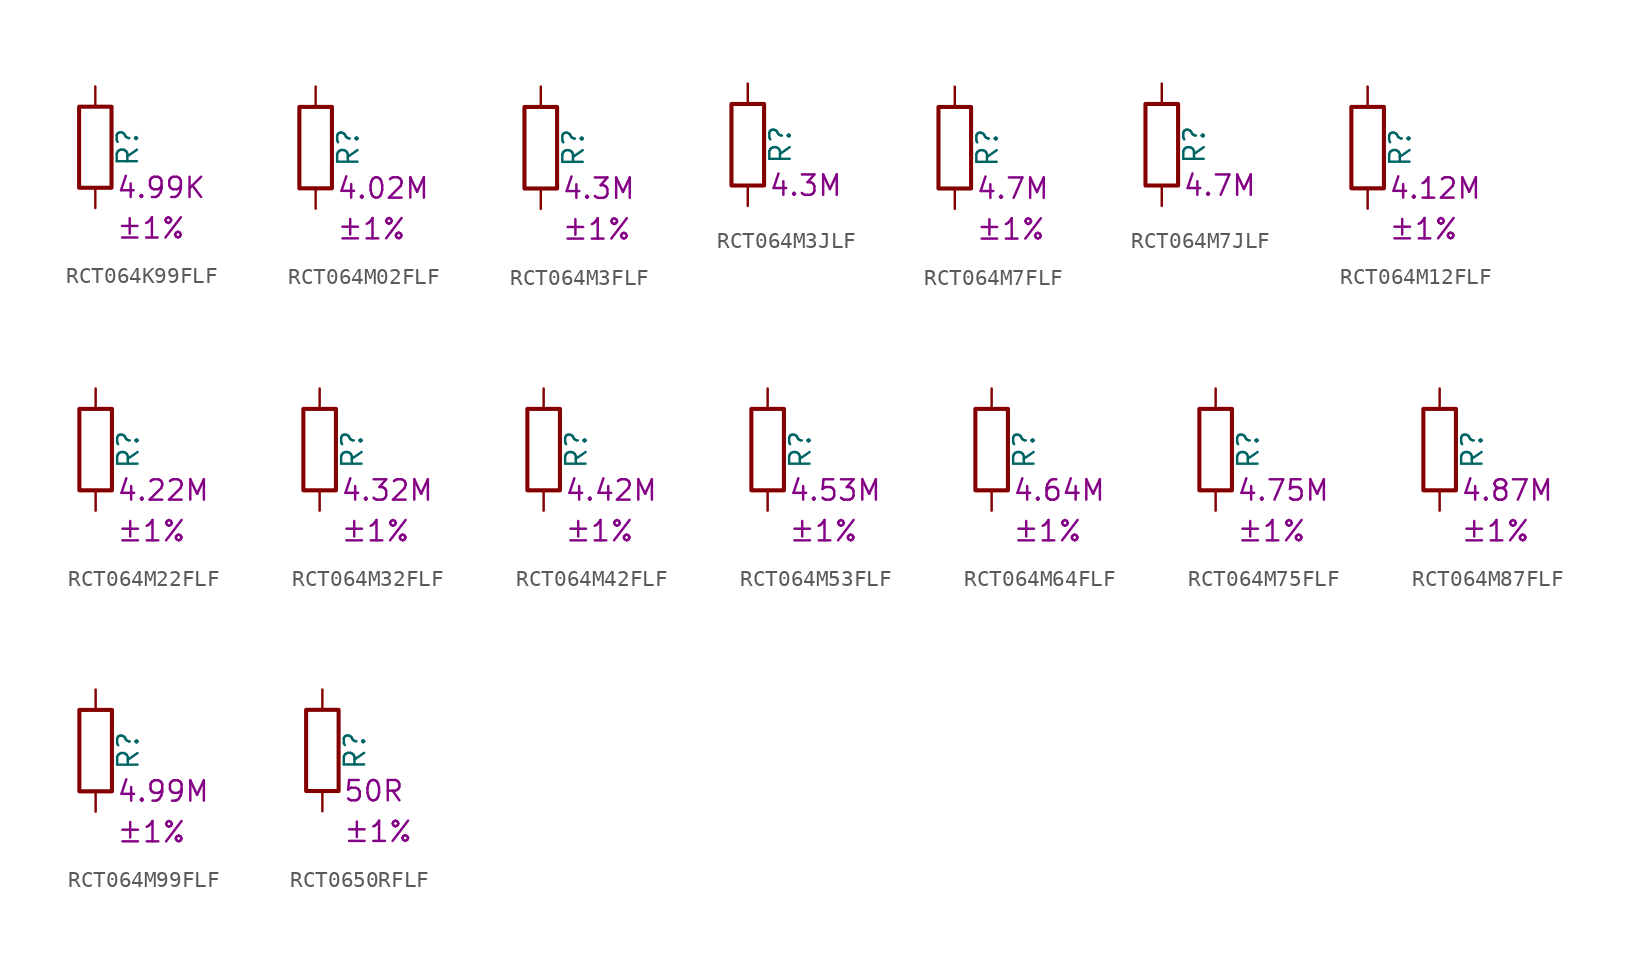
<source format=kicad_sym>
(kicad_symbol_lib
  (version 20220914)
  (generator kicad_symbol_editor)
  (symbol "RCT064K99FLF"
    (pin_numbers hide)
    (pin_names
      (offset 0))
    (property "Reference" "R"
      (at 2.032 0 90)
      (effects (font (size 1.27 1.27))))
    (property "Resistance" "4.99K"
      (at 1.27 -2.54 0)
      (effects (font (size 1.27 1.27)) (justify left)))
    (property "Tolerance" "±1%"
      (at 1.27 -5.08 0)
      (effects (font (size 1.27 1.27)) (justify left)))
    (symbol "RCT064K99FLF_0_1"
      (rectangle (start -1.016 -2.54) (end 1.016 2.54) (stroke (width 0.254) (type default)) (fill (type none))))
    (symbol "RCT064K99FLF_1_1"
      (pin passive line (at 0 3.81 270) (length 1.27) (name "~" (effects (font (size 1.27 1.27)))) (number "1" (effects (font (size 1.27 1.27)))))
      (pin passive line (at 0 -3.81 90) (length 1.27) (name "~" (effects (font (size 1.27 1.27)))) (number "2" (effects (font (size 1.27 1.27)))))))
  (symbol "RCT064M02FLF"
    (pin_numbers hide)
    (pin_names
      (offset 0))
    (property "Reference" "R"
      (at 2.032 0 90)
      (effects (font (size 1.27 1.27))))
    (property "Resistance" "4.02M"
      (at 1.27 -2.54 0)
      (effects (font (size 1.27 1.27)) (justify left)))
    (property "Tolerance" "±1%"
      (at 1.27 -5.08 0)
      (effects (font (size 1.27 1.27)) (justify left)))
    (symbol "RCT064M02FLF_0_1"
      (rectangle (start -1.016 -2.54) (end 1.016 2.54) (stroke (width 0.254) (type default)) (fill (type none))))
    (symbol "RCT064M02FLF_1_1"
      (pin passive line (at 0 3.81 270) (length 1.27) (name "~" (effects (font (size 1.27 1.27)))) (number "1" (effects (font (size 1.27 1.27)))))
      (pin passive line (at 0 -3.81 90) (length 1.27) (name "~" (effects (font (size 1.27 1.27)))) (number "2" (effects (font (size 1.27 1.27)))))))
  (symbol "RCT064M3FLF"
    (pin_numbers hide)
    (pin_names
      (offset 0))
    (property "Reference" "R"
      (at 2.032 0 90)
      (effects (font (size 1.27 1.27))))
    (property "Resistance" "4.3M"
      (at 1.27 -2.54 0)
      (effects (font (size 1.27 1.27)) (justify left)))
    (property "Tolerance" "±1%"
      (at 1.27 -5.08 0)
      (effects (font (size 1.27 1.27)) (justify left)))
    (symbol "RCT064M3FLF_0_1"
      (rectangle (start -1.016 -2.54) (end 1.016 2.54) (stroke (width 0.254) (type default)) (fill (type none))))
    (symbol "RCT064M3FLF_1_1"
      (pin passive line (at 0 3.81 270) (length 1.27) (name "~" (effects (font (size 1.27 1.27)))) (number "1" (effects (font (size 1.27 1.27)))))
      (pin passive line (at 0 -3.81 90) (length 1.27) (name "~" (effects (font (size 1.27 1.27)))) (number "2" (effects (font (size 1.27 1.27)))))))
  (symbol "RCT064M3JLF"
    (pin_numbers hide)
    (pin_names
      (offset 0))
    (property "Reference" "R"
      (at 2.032 0 90)
      (effects (font (size 1.27 1.27))))
    (property "Resistance" "4.3M"
      (at 1.27 -2.54 0)
      (effects (font (size 1.27 1.27)) (justify left)))
    (symbol "RCT064M3JLF_0_1"
      (rectangle (start -1.016 -2.54) (end 1.016 2.54) (stroke (width 0.254) (type default)) (fill (type none))))
    (symbol "RCT064M3JLF_1_1"
      (pin passive line (at 0 3.81 270) (length 1.27) (name "~" (effects (font (size 1.27 1.27)))) (number "1" (effects (font (size 1.27 1.27)))))
      (pin passive line (at 0 -3.81 90) (length 1.27) (name "~" (effects (font (size 1.27 1.27)))) (number "2" (effects (font (size 1.27 1.27)))))))
  (symbol "RCT064M7FLF"
    (pin_numbers hide)
    (pin_names
      (offset 0))
    (property "Reference" "R"
      (at 2.032 0 90)
      (effects (font (size 1.27 1.27))))
    (property "Resistance" "4.7M"
      (at 1.27 -2.54 0)
      (effects (font (size 1.27 1.27)) (justify left)))
    (property "Tolerance" "±1%"
      (at 1.27 -5.08 0)
      (effects (font (size 1.27 1.27)) (justify left)))
    (symbol "RCT064M7FLF_0_1"
      (rectangle (start -1.016 -2.54) (end 1.016 2.54) (stroke (width 0.254) (type default)) (fill (type none))))
    (symbol "RCT064M7FLF_1_1"
      (pin passive line (at 0 3.81 270) (length 1.27) (name "~" (effects (font (size 1.27 1.27)))) (number "1" (effects (font (size 1.27 1.27)))))
      (pin passive line (at 0 -3.81 90) (length 1.27) (name "~" (effects (font (size 1.27 1.27)))) (number "2" (effects (font (size 1.27 1.27)))))))
  (symbol "RCT064M7JLF"
    (pin_numbers hide)
    (pin_names
      (offset 0))
    (property "Reference" "R"
      (at 2.032 0 90)
      (effects (font (size 1.27 1.27))))
    (property "Resistance" "4.7M"
      (at 1.27 -2.54 0)
      (effects (font (size 1.27 1.27)) (justify left)))
    (symbol "RCT064M7JLF_0_1"
      (rectangle (start -1.016 -2.54) (end 1.016 2.54) (stroke (width 0.254) (type default)) (fill (type none))))
    (symbol "RCT064M7JLF_1_1"
      (pin passive line (at 0 3.81 270) (length 1.27) (name "~" (effects (font (size 1.27 1.27)))) (number "1" (effects (font (size 1.27 1.27)))))
      (pin passive line (at 0 -3.81 90) (length 1.27) (name "~" (effects (font (size 1.27 1.27)))) (number "2" (effects (font (size 1.27 1.27)))))))
  (symbol "RCT064M12FLF"
    (pin_numbers hide)
    (pin_names
      (offset 0))
    (property "Reference" "R"
      (at 2.032 0 90)
      (effects (font (size 1.27 1.27))))
    (property "Resistance" "4.12M"
      (at 1.27 -2.54 0)
      (effects (font (size 1.27 1.27)) (justify left)))
    (property "Tolerance" "±1%"
      (at 1.27 -5.08 0)
      (effects (font (size 1.27 1.27)) (justify left)))
    (symbol "RCT064M12FLF_0_1"
      (rectangle (start -1.016 -2.54) (end 1.016 2.54) (stroke (width 0.254) (type default)) (fill (type none))))
    (symbol "RCT064M12FLF_1_1"
      (pin passive line (at 0 3.81 270) (length 1.27) (name "~" (effects (font (size 1.27 1.27)))) (number "1" (effects (font (size 1.27 1.27)))))
      (pin passive line (at 0 -3.81 90) (length 1.27) (name "~" (effects (font (size 1.27 1.27)))) (number "2" (effects (font (size 1.27 1.27)))))))
  (symbol "RCT064M22FLF"
    (pin_numbers hide)
    (pin_names
      (offset 0))
    (property "Reference" "R"
      (at 2.032 0 90)
      (effects (font (size 1.27 1.27))))
    (property "Resistance" "4.22M"
      (at 1.27 -2.54 0)
      (effects (font (size 1.27 1.27)) (justify left)))
    (property "Tolerance" "±1%"
      (at 1.27 -5.08 0)
      (effects (font (size 1.27 1.27)) (justify left)))
    (symbol "RCT064M22FLF_0_1"
      (rectangle (start -1.016 -2.54) (end 1.016 2.54) (stroke (width 0.254) (type default)) (fill (type none))))
    (symbol "RCT064M22FLF_1_1"
      (pin passive line (at 0 3.81 270) (length 1.27) (name "~" (effects (font (size 1.27 1.27)))) (number "1" (effects (font (size 1.27 1.27)))))
      (pin passive line (at 0 -3.81 90) (length 1.27) (name "~" (effects (font (size 1.27 1.27)))) (number "2" (effects (font (size 1.27 1.27)))))))
  (symbol "RCT064M32FLF"
    (pin_numbers hide)
    (pin_names
      (offset 0))
    (property "Reference" "R"
      (at 2.032 0 90)
      (effects (font (size 1.27 1.27))))
    (property "Resistance" "4.32M"
      (at 1.27 -2.54 0)
      (effects (font (size 1.27 1.27)) (justify left)))
    (property "Tolerance" "±1%"
      (at 1.27 -5.08 0)
      (effects (font (size 1.27 1.27)) (justify left)))
    (symbol "RCT064M32FLF_0_1"
      (rectangle (start -1.016 -2.54) (end 1.016 2.54) (stroke (width 0.254) (type default)) (fill (type none))))
    (symbol "RCT064M32FLF_1_1"
      (pin passive line (at 0 3.81 270) (length 1.27) (name "~" (effects (font (size 1.27 1.27)))) (number "1" (effects (font (size 1.27 1.27)))))
      (pin passive line (at 0 -3.81 90) (length 1.27) (name "~" (effects (font (size 1.27 1.27)))) (number "2" (effects (font (size 1.27 1.27)))))))
  (symbol "RCT064M42FLF"
    (pin_numbers hide)
    (pin_names
      (offset 0))
    (property "Reference" "R"
      (at 2.032 0 90)
      (effects (font (size 1.27 1.27))))
    (property "Resistance" "4.42M"
      (at 1.27 -2.54 0)
      (effects (font (size 1.27 1.27)) (justify left)))
    (property "Tolerance" "±1%"
      (at 1.27 -5.08 0)
      (effects (font (size 1.27 1.27)) (justify left)))
    (symbol "RCT064M42FLF_0_1"
      (rectangle (start -1.016 -2.54) (end 1.016 2.54) (stroke (width 0.254) (type default)) (fill (type none))))
    (symbol "RCT064M42FLF_1_1"
      (pin passive line (at 0 3.81 270) (length 1.27) (name "~" (effects (font (size 1.27 1.27)))) (number "1" (effects (font (size 1.27 1.27)))))
      (pin passive line (at 0 -3.81 90) (length 1.27) (name "~" (effects (font (size 1.27 1.27)))) (number "2" (effects (font (size 1.27 1.27)))))))
  (symbol "RCT064M53FLF"
    (pin_numbers hide)
    (pin_names
      (offset 0))
    (property "Reference" "R"
      (at 2.032 0 90)
      (effects (font (size 1.27 1.27))))
    (property "Resistance" "4.53M"
      (at 1.27 -2.54 0)
      (effects (font (size 1.27 1.27)) (justify left)))
    (property "Tolerance" "±1%"
      (at 1.27 -5.08 0)
      (effects (font (size 1.27 1.27)) (justify left)))
    (symbol "RCT064M53FLF_0_1"
      (rectangle (start -1.016 -2.54) (end 1.016 2.54) (stroke (width 0.254) (type default)) (fill (type none))))
    (symbol "RCT064M53FLF_1_1"
      (pin passive line (at 0 3.81 270) (length 1.27) (name "~" (effects (font (size 1.27 1.27)))) (number "1" (effects (font (size 1.27 1.27)))))
      (pin passive line (at 0 -3.81 90) (length 1.27) (name "~" (effects (font (size 1.27 1.27)))) (number "2" (effects (font (size 1.27 1.27)))))))
  (symbol "RCT064M64FLF"
    (pin_numbers hide)
    (pin_names
      (offset 0))
    (property "Reference" "R"
      (at 2.032 0 90)
      (effects (font (size 1.27 1.27))))
    (property "Resistance" "4.64M"
      (at 1.27 -2.54 0)
      (effects (font (size 1.27 1.27)) (justify left)))
    (property "Tolerance" "±1%"
      (at 1.27 -5.08 0)
      (effects (font (size 1.27 1.27)) (justify left)))
    (symbol "RCT064M64FLF_0_1"
      (rectangle (start -1.016 -2.54) (end 1.016 2.54) (stroke (width 0.254) (type default)) (fill (type none))))
    (symbol "RCT064M64FLF_1_1"
      (pin passive line (at 0 3.81 270) (length 1.27) (name "~" (effects (font (size 1.27 1.27)))) (number "1" (effects (font (size 1.27 1.27)))))
      (pin passive line (at 0 -3.81 90) (length 1.27) (name "~" (effects (font (size 1.27 1.27)))) (number "2" (effects (font (size 1.27 1.27)))))))
  (symbol "RCT064M75FLF"
    (pin_numbers hide)
    (pin_names
      (offset 0))
    (property "Reference" "R"
      (at 2.032 0 90)
      (effects (font (size 1.27 1.27))))
    (property "Resistance" "4.75M"
      (at 1.27 -2.54 0)
      (effects (font (size 1.27 1.27)) (justify left)))
    (property "Tolerance" "±1%"
      (at 1.27 -5.08 0)
      (effects (font (size 1.27 1.27)) (justify left)))
    (symbol "RCT064M75FLF_0_1"
      (rectangle (start -1.016 -2.54) (end 1.016 2.54) (stroke (width 0.254) (type default)) (fill (type none))))
    (symbol "RCT064M75FLF_1_1"
      (pin passive line (at 0 3.81 270) (length 1.27) (name "~" (effects (font (size 1.27 1.27)))) (number "1" (effects (font (size 1.27 1.27)))))
      (pin passive line (at 0 -3.81 90) (length 1.27) (name "~" (effects (font (size 1.27 1.27)))) (number "2" (effects (font (size 1.27 1.27)))))))
  (symbol "RCT064M87FLF"
    (pin_numbers hide)
    (pin_names
      (offset 0))
    (property "Reference" "R"
      (at 2.032 0 90)
      (effects (font (size 1.27 1.27))))
    (property "Resistance" "4.87M"
      (at 1.27 -2.54 0)
      (effects (font (size 1.27 1.27)) (justify left)))
    (property "Tolerance" "±1%"
      (at 1.27 -5.08 0)
      (effects (font (size 1.27 1.27)) (justify left)))
    (symbol "RCT064M87FLF_0_1"
      (rectangle (start -1.016 -2.54) (end 1.016 2.54) (stroke (width 0.254) (type default)) (fill (type none))))
    (symbol "RCT064M87FLF_1_1"
      (pin passive line (at 0 3.81 270) (length 1.27) (name "~" (effects (font (size 1.27 1.27)))) (number "1" (effects (font (size 1.27 1.27)))))
      (pin passive line (at 0 -3.81 90) (length 1.27) (name "~" (effects (font (size 1.27 1.27)))) (number "2" (effects (font (size 1.27 1.27)))))))
  (symbol "RCT064M99FLF"
    (pin_numbers hide)
    (pin_names
      (offset 0))
    (property "Reference" "R"
      (at 2.032 0 90)
      (effects (font (size 1.27 1.27))))
    (property "Resistance" "4.99M"
      (at 1.27 -2.54 0)
      (effects (font (size 1.27 1.27)) (justify left)))
    (property "Tolerance" "±1%"
      (at 1.27 -5.08 0)
      (effects (font (size 1.27 1.27)) (justify left)))
    (symbol "RCT064M99FLF_0_1"
      (rectangle (start -1.016 -2.54) (end 1.016 2.54) (stroke (width 0.254) (type default)) (fill (type none))))
    (symbol "RCT064M99FLF_1_1"
      (pin passive line (at 0 3.81 270) (length 1.27) (name "~" (effects (font (size 1.27 1.27)))) (number "1" (effects (font (size 1.27 1.27)))))
      (pin passive line (at 0 -3.81 90) (length 1.27) (name "~" (effects (font (size 1.27 1.27)))) (number "2" (effects (font (size 1.27 1.27)))))))
  (symbol "RCT0650RFLF"
    (pin_numbers hide)
    (pin_names
      (offset 0))
    (property "Reference" "R"
      (at 2.032 0 90)
      (effects (font (size 1.27 1.27))))
    (property "Resistance" "50R"
      (at 1.27 -2.54 0)
      (effects (font (size 1.27 1.27)) (justify left)))
    (property "Tolerance" "±1%"
      (at 1.27 -5.08 0)
      (effects (font (size 1.27 1.27)) (justify left)))
    (symbol "RCT0650RFLF_0_1"
      (rectangle (start -1.016 -2.54) (end 1.016 2.54) (stroke (width 0.254) (type default)) (fill (type none))))
    (symbol "RCT0650RFLF_1_1"
      (pin passive line (at 0 3.81 270) (length 1.27) (name "~" (effects (font (size 1.27 1.27)))) (number "1" (effects (font (size 1.27 1.27)))))
      (pin passive line (at 0 -3.81 90) (length 1.27) (name "~" (effects (font (size 1.27 1.27)))) (number "2" (effects (font (size 1.27 1.27))))))))
</source>
